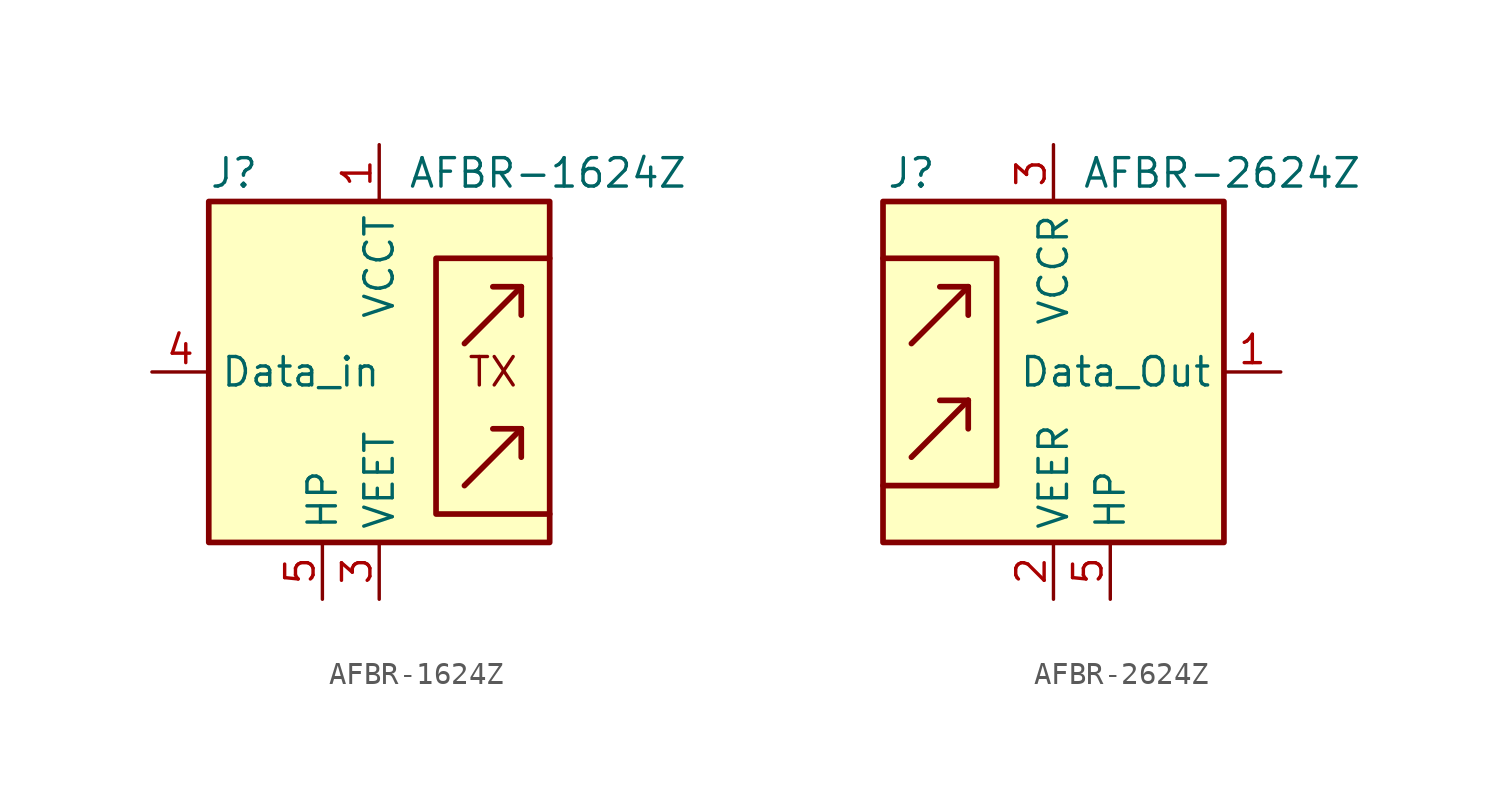
<source format=kicad_sym>
(kicad_symbol_lib
  (version 20211014)
  (generator kicad_symbol_editor)
  (symbol "AFBR-1624Z"
    (property "Reference" "J"
      (at -7.62 8.89 0)
      (effects (font (size 1.27 1.27)) (justify left)))
    (property "Value" "AFBR-1624Z"
      (at 1.27 8.89 0)
      (effects (font (size 1.27 1.27)) (justify left)))
    (symbol "AFBR-1624Z_0_0"
      (text "TX" (at 5.08 0 0) (effects (font (size 1.27 1.27)))))
    (symbol "AFBR-1624Z_0_1"
      (rectangle (start -7.62 7.62) (end 7.62 -7.62) (stroke (width 0.254) (type default) (color 0 0 0 0)) (fill (type background)))
      (polyline (pts (xy 6.35 -2.54) (xy 3.81 -5.08)) (stroke (width 0.254) (type default) (color 0 0 0 0)) (fill (type none)))
      (polyline (pts (xy 6.35 -2.54) (xy 5.08 -2.54)) (stroke (width 0.254) (type default) (color 0 0 0 0)) (fill (type none)))
      (polyline (pts (xy 6.35 -2.54) (xy 6.35 -3.81)) (stroke (width 0.254) (type default) (color 0 0 0 0)) (fill (type none)))
      (polyline (pts (xy 6.35 3.81) (xy 3.81 1.27)) (stroke (width 0.254) (type default) (color 0 0 0 0)) (fill (type none)))
      (polyline (pts (xy 6.35 3.81) (xy 5.08 3.81)) (stroke (width 0.254) (type default) (color 0 0 0 0)) (fill (type none)))
      (polyline (pts (xy 6.35 3.81) (xy 6.35 2.54)) (stroke (width 0.254) (type default) (color 0 0 0 0)) (fill (type none)))
      (polyline (pts (xy 7.62 5.08) (xy 2.54 5.08) (xy 2.54 -1.27) (xy 2.54 -6.35) (xy 7.62 -6.35)) (stroke (width 0.254) (type default) (color 0 0 0 0)) (fill (type none))))
    (symbol "AFBR-1624Z_1_1"
      (pin power_in line (at 0 10.16 270) (length 2.54) (name "VCCT" (effects (font (size 1.27 1.27)))) (number "1" (effects (font (size 1.27 1.27)))))
      (pin no_connect line (at -7.62 5.08 0) (length 2.54) hide (name "NC" (effects (font (size 1.27 1.27)))) (number "2" (effects (font (size 1.27 1.27)))))
      (pin power_in line (at 0 -10.16 90) (length 2.54) (name "VEET" (effects (font (size 1.27 1.27)))) (number "3" (effects (font (size 1.27 1.27)))))
      (pin input line (at -10.16 0 0) (length 2.54) (name "Data_in" (effects (font (size 1.27 1.27)))) (number "4" (effects (font (size 1.27 1.27)))))
      (pin passive line (at -2.54 -10.16 90) (length 2.54) (name "HP" (effects (font (size 1.27 1.27)))) (number "5" (effects (font (size 1.27 1.27)))))
      (pin passive line (at -2.54 -10.16 90) (length 2.54) hide (name "HP" (effects (font (size 1.27 1.27)))) (number "8" (effects (font (size 1.27 1.27)))))))
  (symbol "AFBR-2624Z"
    (property "Reference" "J"
      (at -6.35 8.89 0)
      (effects (font (size 1.27 1.27))))
    (property "Value" "AFBR-2624Z"
      (at 1.27 8.89 0)
      (effects (font (size 1.27 1.27)) (justify left)))
    (symbol "AFBR-2624Z_0_1"
      (rectangle (start -7.62 7.62) (end 7.62 -7.62) (stroke (width 0.254) (type default) (color 0 0 0 0)) (fill (type background)))
      (polyline (pts (xy -3.81 -1.27) (xy -6.35 -3.81)) (stroke (width 0.254) (type default) (color 0 0 0 0)) (fill (type none)))
      (polyline (pts (xy -3.81 -1.27) (xy -5.08 -1.27)) (stroke (width 0.254) (type default) (color 0 0 0 0)) (fill (type none)))
      (polyline (pts (xy -3.81 -1.27) (xy -3.81 -2.54)) (stroke (width 0.254) (type default) (color 0 0 0 0)) (fill (type none)))
      (polyline (pts (xy -3.81 3.81) (xy -6.35 1.27)) (stroke (width 0.254) (type default) (color 0 0 0 0)) (fill (type none)))
      (polyline (pts (xy -3.81 3.81) (xy -5.08 3.81)) (stroke (width 0.254) (type default) (color 0 0 0 0)) (fill (type none)))
      (polyline (pts (xy -3.81 3.81) (xy -3.81 2.54)) (stroke (width 0.254) (type default) (color 0 0 0 0)) (fill (type none)))
      (polyline (pts (xy -7.62 5.08) (xy -2.54 5.08) (xy -2.54 -5.08) (xy -7.62 -5.08)) (stroke (width 0.254) (type default) (color 0 0 0 0)) (fill (type none))))
    (symbol "AFBR-2624Z_1_1"
      (pin output line (at 10.16 0 180) (length 2.54) (name "Data_Out" (effects (font (size 1.27 1.27)))) (number "1" (effects (font (size 1.27 1.27)))))
      (pin power_in line (at 0 -10.16 90) (length 2.54) (name "VEER" (effects (font (size 1.27 1.27)))) (number "2" (effects (font (size 1.27 1.27)))))
      (pin power_in line (at 0 10.16 270) (length 2.54) (name "VCCR" (effects (font (size 1.27 1.27)))) (number "3" (effects (font (size 1.27 1.27)))))
      (pin no_connect line (at 7.62 5.08 180) (length 2.54) hide (name "NC" (effects (font (size 1.27 1.27)))) (number "4" (effects (font (size 1.27 1.27)))))
      (pin passive line (at 2.54 -10.16 90) (length 2.54) (name "HP" (effects (font (size 1.27 1.27)))) (number "5" (effects (font (size 1.27 1.27)))))
      (pin passive line (at 2.54 -10.16 90) (length 2.54) hide (name "HP" (effects (font (size 1.27 1.27)))) (number "8" (effects (font (size 1.27 1.27))))))))
</source>
